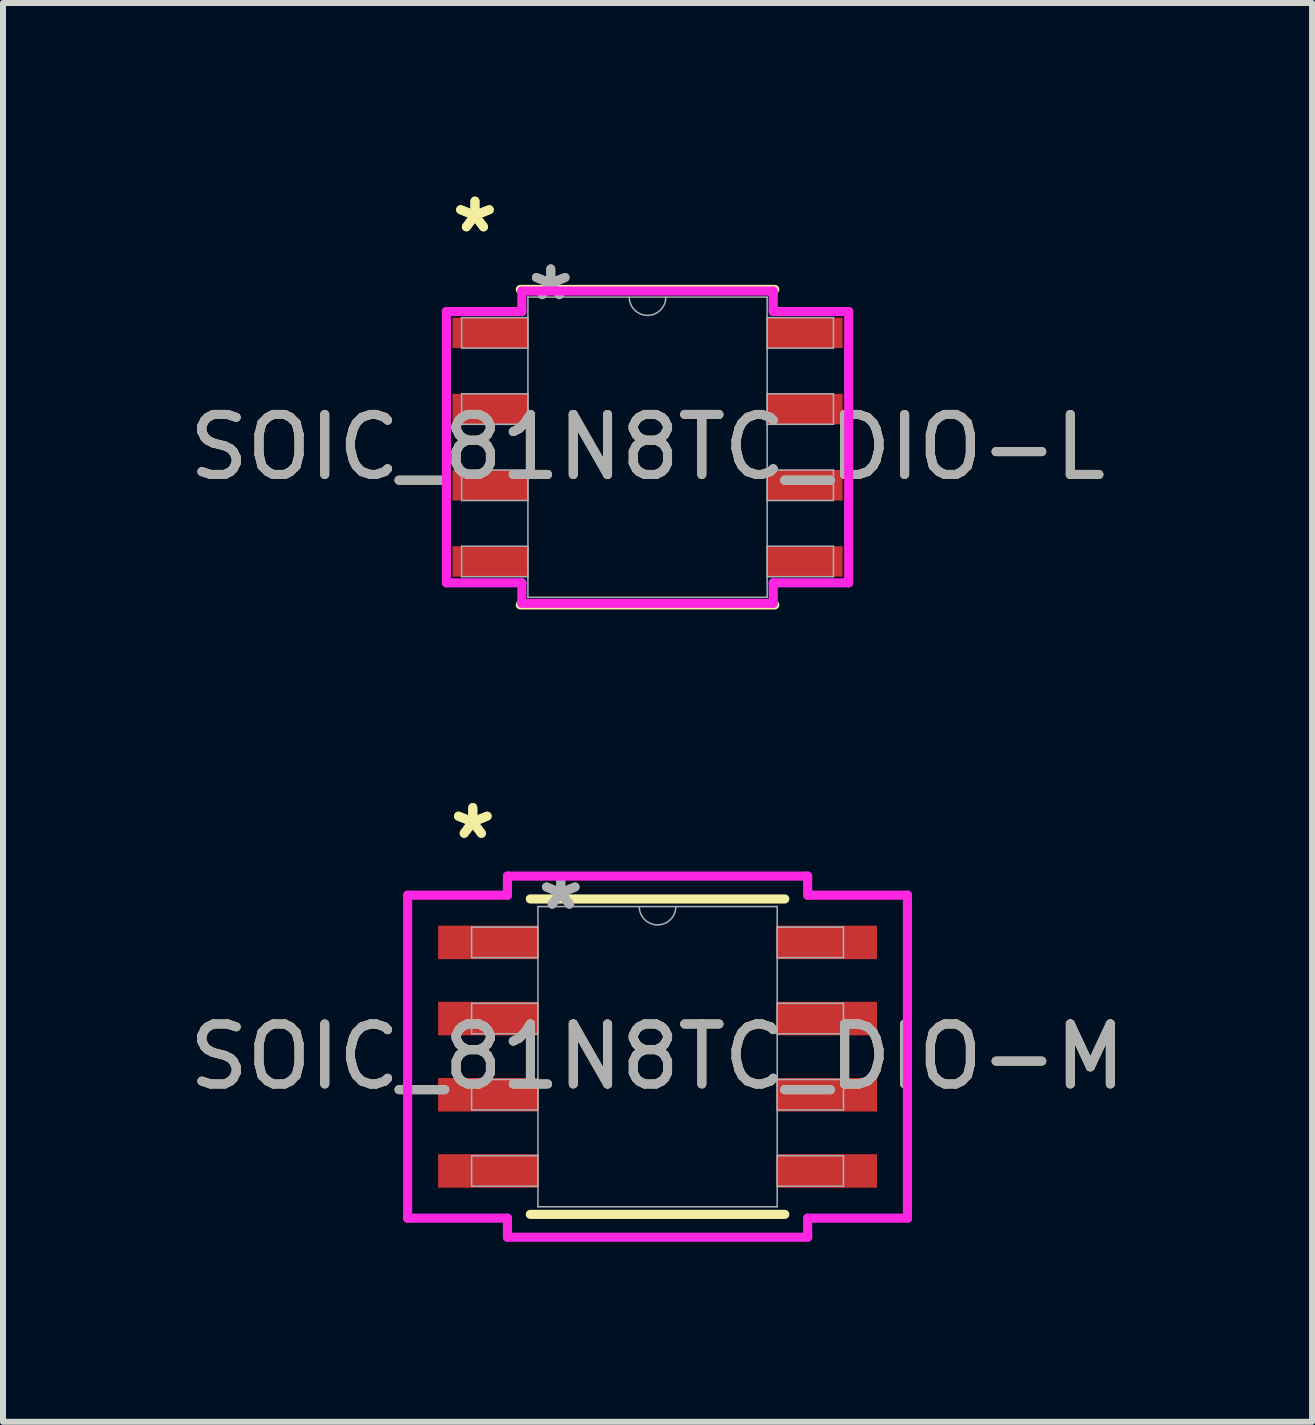
<source format=kicad_pcb>
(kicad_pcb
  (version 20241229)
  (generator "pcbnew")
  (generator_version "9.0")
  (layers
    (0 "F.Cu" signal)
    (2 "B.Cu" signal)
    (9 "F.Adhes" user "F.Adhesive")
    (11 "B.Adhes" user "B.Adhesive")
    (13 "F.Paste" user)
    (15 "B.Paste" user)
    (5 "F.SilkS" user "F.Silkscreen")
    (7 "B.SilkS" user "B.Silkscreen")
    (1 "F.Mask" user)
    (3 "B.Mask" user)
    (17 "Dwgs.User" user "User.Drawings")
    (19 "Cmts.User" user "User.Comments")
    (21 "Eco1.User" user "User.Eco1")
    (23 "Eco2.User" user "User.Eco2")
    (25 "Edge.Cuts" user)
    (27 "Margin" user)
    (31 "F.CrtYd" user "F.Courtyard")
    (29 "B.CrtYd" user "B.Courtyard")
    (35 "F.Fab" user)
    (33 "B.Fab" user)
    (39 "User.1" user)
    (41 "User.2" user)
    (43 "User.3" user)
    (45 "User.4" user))
  (footprint "SOIC_81N8TC_DIO-L"
    (layer "F.Cu")
    (at 7.744 4.404)
    (property "Reference" "SOIC_81N8TC_DIO-L" (at 0 0 0) (unlocked yes) (layer "F.SilkS") (effects (font (size 1 1) (thickness 0.15))))
    (attr smd)
    (fp_line (start -2.121 2.629) (end 2.121 2.629) (stroke (width 0.152) (type solid)) (layer "F.SilkS"))
    (fp_line (start 2.121 -2.629) (end -2.121 -2.629) (stroke (width 0.152) (type solid)) (layer "F.SilkS"))
    (fp_line (start -3.353 -2.261) (end -2.095 -2.261) (stroke (width 0.152) (type solid)) (layer "F.CrtYd"))
    (fp_line (start -3.353 2.261) (end -3.353 -2.261) (stroke (width 0.152) (type solid)) (layer "F.CrtYd"))
    (fp_line (start -3.353 2.261) (end -2.095 2.261) (stroke (width 0.152) (type solid)) (layer "F.CrtYd"))
    (fp_line (start -2.095 -2.603) (end 2.095 -2.603) (stroke (width 0.152) (type solid)) (layer "F.CrtYd"))
    (fp_line (start -2.095 -2.261) (end -2.095 -2.603) (stroke (width 0.152) (type solid)) (layer "F.CrtYd"))
    (fp_line (start -2.095 2.603) (end -2.095 2.261) (stroke (width 0.152) (type solid)) (layer "F.CrtYd"))
    (fp_line (start 2.095 -2.603) (end 2.095 -2.261) (stroke (width 0.152) (type solid)) (layer "F.CrtYd"))
    (fp_line (start 2.095 2.261) (end 2.095 2.603) (stroke (width 0.152) (type solid)) (layer "F.CrtYd"))
    (fp_line (start 2.095 2.603) (end -2.095 2.603) (stroke (width 0.152) (type solid)) (layer "F.CrtYd"))
    (fp_line (start 3.353 -2.261) (end 2.095 -2.261) (stroke (width 0.152) (type solid)) (layer "F.CrtYd"))
    (fp_line (start 3.353 -2.261) (end 3.353 2.261) (stroke (width 0.152) (type solid)) (layer "F.CrtYd"))
    (fp_line (start 3.353 2.261) (end 2.095 2.261) (stroke (width 0.152) (type solid)) (layer "F.CrtYd"))
    (fp_line (start -3.099 -2.159) (end -3.099 -1.651) (stroke (width 0.025) (type solid)) (layer "F.Fab"))
    (fp_line (start -3.099 -1.651) (end -1.994 -1.651) (stroke (width 0.025) (type solid)) (layer "F.Fab"))
    (fp_line (start -3.099 -0.889) (end -3.099 -0.381) (stroke (width 0.025) (type solid)) (layer "F.Fab"))
    (fp_line (start -3.099 -0.381) (end -1.994 -0.381) (stroke (width 0.025) (type solid)) (layer "F.Fab"))
    (fp_line (start -3.099 0.381) (end -3.099 0.889) (stroke (width 0.025) (type solid)) (layer "F.Fab"))
    (fp_line (start -3.099 0.889) (end -1.994 0.889) (stroke (width 0.025) (type solid)) (layer "F.Fab"))
    (fp_line (start -3.099 1.651) (end -3.099 2.159) (stroke (width 0.025) (type solid)) (layer "F.Fab"))
    (fp_line (start -3.099 2.159) (end -1.994 2.159) (stroke (width 0.025) (type solid)) (layer "F.Fab"))
    (fp_line (start -1.994 -2.502) (end -1.994 2.502) (stroke (width 0.025) (type solid)) (layer "F.Fab"))
    (fp_line (start -1.994 -2.159) (end -3.099 -2.159) (stroke (width 0.025) (type solid)) (layer "F.Fab"))
    (fp_line (start -1.994 -1.651) (end -1.994 -2.159) (stroke (width 0.025) (type solid)) (layer "F.Fab"))
    (fp_line (start -1.994 -0.889) (end -3.099 -0.889) (stroke (width 0.025) (type solid)) (layer "F.Fab"))
    (fp_line (start -1.994 -0.381) (end -1.994 -0.889) (stroke (width 0.025) (type solid)) (layer "F.Fab"))
    (fp_line (start -1.994 0.381) (end -3.099 0.381) (stroke (width 0.025) (type solid)) (layer "F.Fab"))
    (fp_line (start -1.994 0.889) (end -1.994 0.381) (stroke (width 0.025) (type solid)) (layer "F.Fab"))
    (fp_line (start -1.994 1.651) (end -3.099 1.651) (stroke (width 0.025) (type solid)) (layer "F.Fab"))
    (fp_line (start -1.994 2.159) (end -1.994 1.651) (stroke (width 0.025) (type solid)) (layer "F.Fab"))
    (fp_line (start -1.994 2.502) (end 1.994 2.502) (stroke (width 0.025) (type solid)) (layer "F.Fab"))
    (fp_line (start 1.994 -2.502) (end -1.994 -2.502) (stroke (width 0.025) (type solid)) (layer "F.Fab"))
    (fp_line (start 1.994 -2.159) (end 1.994 -1.651) (stroke (width 0.025) (type solid)) (layer "F.Fab"))
    (fp_line (start 1.994 -1.651) (end 3.099 -1.651) (stroke (width 0.025) (type solid)) (layer "F.Fab"))
    (fp_line (start 1.994 -0.889) (end 1.994 -0.381) (stroke (width 0.025) (type solid)) (layer "F.Fab"))
    (fp_line (start 1.994 -0.381) (end 3.099 -0.381) (stroke (width 0.025) (type solid)) (layer "F.Fab"))
    (fp_line (start 1.994 0.381) (end 1.994 0.889) (stroke (width 0.025) (type solid)) (layer "F.Fab"))
    (fp_line (start 1.994 0.889) (end 3.099 0.889) (stroke (width 0.025) (type solid)) (layer "F.Fab"))
    (fp_line (start 1.994 1.651) (end 1.994 2.159) (stroke (width 0.025) (type solid)) (layer "F.Fab"))
    (fp_line (start 1.994 2.159) (end 3.099 2.159) (stroke (width 0.025) (type solid)) (layer "F.Fab"))
    (fp_line (start 1.994 2.502) (end 1.994 -2.502) (stroke (width 0.025) (type solid)) (layer "F.Fab"))
    (fp_line (start 3.099 -2.159) (end 1.994 -2.159) (stroke (width 0.025) (type solid)) (layer "F.Fab"))
    (fp_line (start 3.099 -1.651) (end 3.099 -2.159) (stroke (width 0.025) (type solid)) (layer "F.Fab"))
    (fp_line (start 3.099 -0.889) (end 1.994 -0.889) (stroke (width 0.025) (type solid)) (layer "F.Fab"))
    (fp_line (start 3.099 -0.381) (end 3.099 -0.889) (stroke (width 0.025) (type solid)) (layer "F.Fab"))
    (fp_line (start 3.099 0.381) (end 1.994 0.381) (stroke (width 0.025) (type solid)) (layer "F.Fab"))
    (fp_line (start 3.099 0.889) (end 3.099 0.381) (stroke (width 0.025) (type solid)) (layer "F.Fab"))
    (fp_line (start 3.099 1.651) (end 1.994 1.651) (stroke (width 0.025) (type solid)) (layer "F.Fab"))
    (fp_line (start 3.099 2.159) (end 3.099 1.651) (stroke (width 0.025) (type solid)) (layer "F.Fab"))
    (fp_arc (start 0.3048 -2.5019) (mid 0 -2.1971) (end -0.3048 -2.5019) (stroke (width 0.0254) (type solid)) (layer "F.Fab"))
    (fp_text user "*" (at -2.877 -3.556 0) (unlocked yes) (layer "F.SilkS") (effects (font (size 1 1) (thickness 0.15))))
    (fp_text user "*" (at -2.877 -3.556 0) (layer "F.SilkS") (effects (font (size 1 1) (thickness 0.15))))
    (fp_text user "${REFERENCE}" (at 0 0 0) (unlocked yes) (layer "F.Fab") (effects (font (size 1 1) (thickness 0.15))))
    (fp_text user "*" (at -1.613 -2.426 0) (unlocked yes) (layer "F.Fab") (effects (font (size 1 1) (thickness 0.15))))
    (fp_text user "*" (at -1.613 -2.426 0) (layer "F.Fab") (effects (font (size 1 1) (thickness 0.15))))
    (pad "1" smd rect (at -2.623 -1.905) (size 1.257 0.508) (layers "F.Cu" "F.Mask" "F.Paste"))
    (pad "2" smd rect (at -2.623 -0.635) (size 1.257 0.508) (layers "F.Cu" "F.Mask" "F.Paste"))
    (pad "3" smd rect (at -2.623 0.635) (size 1.257 0.508) (layers "F.Cu" "F.Mask" "F.Paste"))
    (pad "4" smd rect (at -2.623 1.905) (size 1.257 0.508) (layers "F.Cu" "F.Mask" "F.Paste"))
    (pad "5" smd rect (at 2.623 1.905) (size 1.257 0.508) (layers "F.Cu" "F.Mask" "F.Paste"))
    (pad "6" smd rect (at 2.623 0.635) (size 1.257 0.508) (layers "F.Cu" "F.Mask" "F.Paste"))
    (pad "7" smd rect (at 2.623 -0.635) (size 1.257 0.508) (layers "F.Cu" "F.Mask" "F.Paste"))
    (pad "8" smd rect (at 2.623 -1.905) (size 1.257 0.508) (layers "F.Cu" "F.Mask" "F.Paste")))
  (footprint "SOIC_81N8TC_DIO-M"
    (layer "F.Cu")
    (at 7.911 14.564)
    (property "Reference" "SOIC_81N8TC_DIO-M" (at 0 0 0) (unlocked yes) (layer "F.SilkS") (effects (font (size 1 1) (thickness 0.15))))
    (attr smd)
    (fp_line (start -2.121 2.629) (end 2.121 2.629) (stroke (width 0.152) (type solid)) (layer "F.SilkS"))
    (fp_line (start 2.121 -2.629) (end -2.121 -2.629) (stroke (width 0.152) (type solid)) (layer "F.SilkS"))
    (fp_line (start -4.166 -2.692) (end -2.502 -2.692) (stroke (width 0.152) (type solid)) (layer "F.CrtYd"))
    (fp_line (start -4.166 2.692) (end -4.166 -2.692) (stroke (width 0.152) (type solid)) (layer "F.CrtYd"))
    (fp_line (start -4.166 2.692) (end -2.502 2.692) (stroke (width 0.152) (type solid)) (layer "F.CrtYd"))
    (fp_line (start -2.502 -3.01) (end 2.502 -3.01) (stroke (width 0.152) (type solid)) (layer "F.CrtYd"))
    (fp_line (start -2.502 -2.692) (end -2.502 -3.01) (stroke (width 0.152) (type solid)) (layer "F.CrtYd"))
    (fp_line (start -2.502 3.01) (end -2.502 2.692) (stroke (width 0.152) (type solid)) (layer "F.CrtYd"))
    (fp_line (start 2.502 -3.01) (end 2.502 -2.692) (stroke (width 0.152) (type solid)) (layer "F.CrtYd"))
    (fp_line (start 2.502 2.692) (end 2.502 3.01) (stroke (width 0.152) (type solid)) (layer "F.CrtYd"))
    (fp_line (start 2.502 3.01) (end -2.502 3.01) (stroke (width 0.152) (type solid)) (layer "F.CrtYd"))
    (fp_line (start 4.166 -2.692) (end 2.502 -2.692) (stroke (width 0.152) (type solid)) (layer "F.CrtYd"))
    (fp_line (start 4.166 -2.692) (end 4.166 2.692) (stroke (width 0.152) (type solid)) (layer "F.CrtYd"))
    (fp_line (start 4.166 2.692) (end 2.502 2.692) (stroke (width 0.152) (type solid)) (layer "F.CrtYd"))
    (fp_line (start -3.099 -2.159) (end -3.099 -1.651) (stroke (width 0.025) (type solid)) (layer "F.Fab"))
    (fp_line (start -3.099 -1.651) (end -1.994 -1.651) (stroke (width 0.025) (type solid)) (layer "F.Fab"))
    (fp_line (start -3.099 -0.889) (end -3.099 -0.381) (stroke (width 0.025) (type solid)) (layer "F.Fab"))
    (fp_line (start -3.099 -0.381) (end -1.994 -0.381) (stroke (width 0.025) (type solid)) (layer "F.Fab"))
    (fp_line (start -3.099 0.381) (end -3.099 0.889) (stroke (width 0.025) (type solid)) (layer "F.Fab"))
    (fp_line (start -3.099 0.889) (end -1.994 0.889) (stroke (width 0.025) (type solid)) (layer "F.Fab"))
    (fp_line (start -3.099 1.651) (end -3.099 2.159) (stroke (width 0.025) (type solid)) (layer "F.Fab"))
    (fp_line (start -3.099 2.159) (end -1.994 2.159) (stroke (width 0.025) (type solid)) (layer "F.Fab"))
    (fp_line (start -1.994 -2.502) (end -1.994 2.502) (stroke (width 0.025) (type solid)) (layer "F.Fab"))
    (fp_line (start -1.994 -2.159) (end -3.099 -2.159) (stroke (width 0.025) (type solid)) (layer "F.Fab"))
    (fp_line (start -1.994 -1.651) (end -1.994 -2.159) (stroke (width 0.025) (type solid)) (layer "F.Fab"))
    (fp_line (start -1.994 -0.889) (end -3.099 -0.889) (stroke (width 0.025) (type solid)) (layer "F.Fab"))
    (fp_line (start -1.994 -0.381) (end -1.994 -0.889) (stroke (width 0.025) (type solid)) (layer "F.Fab"))
    (fp_line (start -1.994 0.381) (end -3.099 0.381) (stroke (width 0.025) (type solid)) (layer "F.Fab"))
    (fp_line (start -1.994 0.889) (end -1.994 0.381) (stroke (width 0.025) (type solid)) (layer "F.Fab"))
    (fp_line (start -1.994 1.651) (end -3.099 1.651) (stroke (width 0.025) (type solid)) (layer "F.Fab"))
    (fp_line (start -1.994 2.159) (end -1.994 1.651) (stroke (width 0.025) (type solid)) (layer "F.Fab"))
    (fp_line (start -1.994 2.502) (end 1.994 2.502) (stroke (width 0.025) (type solid)) (layer "F.Fab"))
    (fp_line (start 1.994 -2.502) (end -1.994 -2.502) (stroke (width 0.025) (type solid)) (layer "F.Fab"))
    (fp_line (start 1.994 -2.159) (end 1.994 -1.651) (stroke (width 0.025) (type solid)) (layer "F.Fab"))
    (fp_line (start 1.994 -1.651) (end 3.099 -1.651) (stroke (width 0.025) (type solid)) (layer "F.Fab"))
    (fp_line (start 1.994 -0.889) (end 1.994 -0.381) (stroke (width 0.025) (type solid)) (layer "F.Fab"))
    (fp_line (start 1.994 -0.381) (end 3.099 -0.381) (stroke (width 0.025) (type solid)) (layer "F.Fab"))
    (fp_line (start 1.994 0.381) (end 1.994 0.889) (stroke (width 0.025) (type solid)) (layer "F.Fab"))
    (fp_line (start 1.994 0.889) (end 3.099 0.889) (stroke (width 0.025) (type solid)) (layer "F.Fab"))
    (fp_line (start 1.994 1.651) (end 1.994 2.159) (stroke (width 0.025) (type solid)) (layer "F.Fab"))
    (fp_line (start 1.994 2.159) (end 3.099 2.159) (stroke (width 0.025) (type solid)) (layer "F.Fab"))
    (fp_line (start 1.994 2.502) (end 1.994 -2.502) (stroke (width 0.025) (type solid)) (layer "F.Fab"))
    (fp_line (start 3.099 -2.159) (end 1.994 -2.159) (stroke (width 0.025) (type solid)) (layer "F.Fab"))
    (fp_line (start 3.099 -1.651) (end 3.099 -2.159) (stroke (width 0.025) (type solid)) (layer "F.Fab"))
    (fp_line (start 3.099 -0.889) (end 1.994 -0.889) (stroke (width 0.025) (type solid)) (layer "F.Fab"))
    (fp_line (start 3.099 -0.381) (end 3.099 -0.889) (stroke (width 0.025) (type solid)) (layer "F.Fab"))
    (fp_line (start 3.099 0.381) (end 1.994 0.381) (stroke (width 0.025) (type solid)) (layer "F.Fab"))
    (fp_line (start 3.099 0.889) (end 3.099 0.381) (stroke (width 0.025) (type solid)) (layer "F.Fab"))
    (fp_line (start 3.099 1.651) (end 1.994 1.651) (stroke (width 0.025) (type solid)) (layer "F.Fab"))
    (fp_line (start 3.099 2.159) (end 3.099 1.651) (stroke (width 0.025) (type solid)) (layer "F.Fab"))
    (fp_arc (start 0.3048 -2.5019) (mid 0 -2.1971) (end -0.3048 -2.5019) (stroke (width 0.0254) (type solid)) (layer "F.Fab"))
    (fp_text user "*" (at -3.08 -3.607 0) (unlocked yes) (layer "F.SilkS") (effects (font (size 1 1) (thickness 0.15))))
    (fp_text user "*" (at -3.08 -3.607 0) (layer "F.SilkS") (effects (font (size 1 1) (thickness 0.15))))
    (fp_text user "*" (at -1.613 -2.426 0) (layer "F.Fab") (effects (font (size 1 1) (thickness 0.15))))
    (fp_text user "*" (at -1.613 -2.426 0) (unlocked yes) (layer "F.Fab") (effects (font (size 1 1) (thickness 0.15))))
    (fp_text user "${REFERENCE}" (at 0 0 0) (unlocked yes) (layer "F.Fab") (effects (font (size 1 1) (thickness 0.15))))
    (pad "1" smd rect (at -2.826 -1.905) (size 1.664 0.559) (layers "F.Cu" "F.Mask" "F.Paste"))
    (pad "2" smd rect (at -2.826 -0.635) (size 1.664 0.559) (layers "F.Cu" "F.Mask" "F.Paste"))
    (pad "3" smd rect (at -2.826 0.635) (size 1.664 0.559) (layers "F.Cu" "F.Mask" "F.Paste"))
    (pad "4" smd rect (at -2.826 1.905) (size 1.664 0.559) (layers "F.Cu" "F.Mask" "F.Paste"))
    (pad "5" smd rect (at 2.826 1.905) (size 1.664 0.559) (layers "F.Cu" "F.Mask" "F.Paste"))
    (pad "6" smd rect (at 2.826 0.635) (size 1.664 0.559) (layers "F.Cu" "F.Mask" "F.Paste"))
    (pad "7" smd rect (at 2.826 -0.635) (size 1.664 0.559) (layers "F.Cu" "F.Mask" "F.Paste"))
    (pad "8" smd rect (at 2.826 -1.905) (size 1.664 0.559) (layers "F.Cu" "F.Mask" "F.Paste")))
  (gr_rect
    (start -3 -3)
    (end 18.821 20.651)
    (stroke (width 0.1) (type default))
    (fill no)
    (layer "Edge.Cuts")))
</source>
